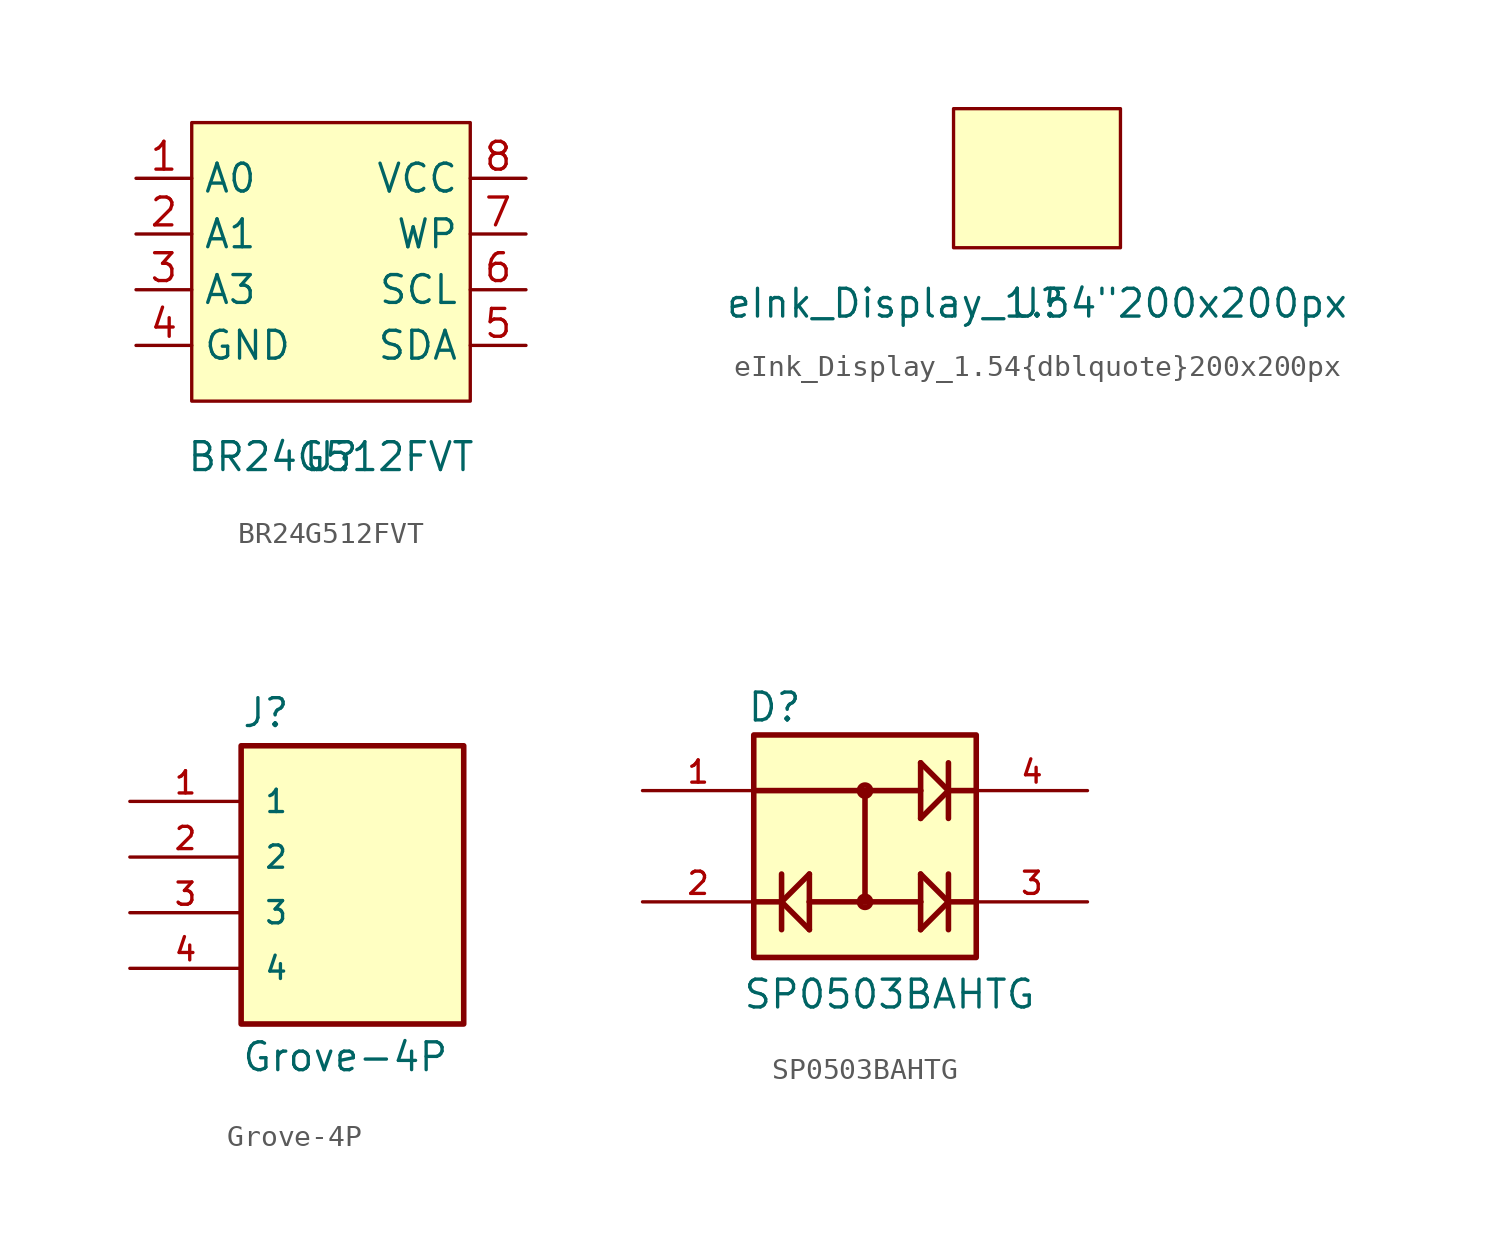
<source format=kicad_sym>
(kicad_symbol_lib
  (version 20211014)
  (generator kicad_symbol_editor)
  (symbol "BR24G512FVT"
    (property "Reference" "U"
      (at 0 0 0)
      (effects (font (size 1.27 1.27))))
    (property "Value" "BR24G512FVT"
      (at 0 0 0)
      (effects (font (size 1.27 1.27))))
    (symbol "BR24G512FVT_0_1"
      (rectangle (start -6.35 15.24) (end 6.35 2.54) (stroke (width 0) (type default) (color 0 0 0 0)) (fill (type background))))
    (symbol "BR24G512FVT_1_1"
      (pin input line (at -8.89 12.7 0) (length 2.54) (name "A0" (effects (font (size 1.27 1.27)))) (number "1" (effects (font (size 1.27 1.27)))))
      (pin input line (at -8.89 10.16 0) (length 2.54) (name "A1" (effects (font (size 1.27 1.27)))) (number "2" (effects (font (size 1.27 1.27)))))
      (pin input line (at -8.89 7.62 0) (length 2.54) (name "A3" (effects (font (size 1.27 1.27)))) (number "3" (effects (font (size 1.27 1.27)))))
      (pin power_in line (at -8.89 5.08 0) (length 2.54) (name "GND" (effects (font (size 1.27 1.27)))) (number "4" (effects (font (size 1.27 1.27)))))
      (pin input line (at 8.89 5.08 180) (length 2.54) (name "SDA" (effects (font (size 1.27 1.27)))) (number "5" (effects (font (size 1.27 1.27)))))
      (pin input line (at 8.89 7.62 180) (length 2.54) (name "SCL" (effects (font (size 1.27 1.27)))) (number "6" (effects (font (size 1.27 1.27)))))
      (pin input line (at 8.89 10.16 180) (length 2.54) (name "WP" (effects (font (size 1.27 1.27)))) (number "7" (effects (font (size 1.27 1.27)))))
      (pin power_in line (at 8.89 12.7 180) (length 2.54) (name "VCC" (effects (font (size 1.27 1.27)))) (number "8" (effects (font (size 1.27 1.27)))))))
  (symbol "eInk_Display_1.54{dblquote}200x200px"
    (property "Reference" "U"
      (at 0 0 0)
      (effects (font (size 1.27 1.27))))
    (property "Value" "eInk_Display_1.54{dblquote}200x200px"
      (at 0 0 0)
      (effects (font (size 1.27 1.27))))
    (symbol "eInk_Display_1.54{dblquote}200x200px_0_1"
      (rectangle (start -3.81 8.89) (end 3.81 2.54) (stroke (width 0) (type default) (color 0 0 0 0)) (fill (type background)))))
  (symbol "Grove-4P"
    (pin_names
      (offset 1.016))
    (property "Reference" "J"
      (at -5.08 5.842 0)
      (effects (font (size 1.27 1.27)) (justify left bottom)))
    (property "Value" "Grove-4P"
      (at -5.08 -8.382 0)
      (effects (font (size 1.27 1.27)) (justify left top)))
    (symbol "Grove-4P_0_0"
      (rectangle (start -5.08 -7.62) (end 5.08 5.08) (stroke (width 0.254) (type default) (color 0 0 0 0)) (fill (type background)))
      (pin bidirectional line (at -10.16 2.54 0) (length 5.08) (name "1" (effects (font (size 1.016 1.016)))) (number "1" (effects (font (size 1.016 1.016)))))
      (pin bidirectional line (at -10.16 0 0) (length 5.08) (name "2" (effects (font (size 1.016 1.016)))) (number "2" (effects (font (size 1.016 1.016)))))
      (pin power_in line (at -10.16 -2.54 0) (length 5.08) (name "3" (effects (font (size 1.016 1.016)))) (number "3" (effects (font (size 1.016 1.016)))))
      (pin power_in line (at -10.16 -5.08 0) (length 5.08) (name "4" (effects (font (size 1.016 1.016)))) (number "4" (effects (font (size 1.016 1.016)))))))
  (symbol "SP0503BAHTG"
    (pin_names
      (offset 1.016))
    (property "Reference" "D"
      (at -5.406 5.606 0)
      (effects (font (size 1.27 1.27)) (justify left bottom)))
    (property "Value" "SP0503BAHTG"
      (at -5.602 -7.503 0)
      (effects (font (size 1.27 1.27)) (justify left bottom)))
    (symbol "SP0503BAHTG_0_0"
      (rectangle (start -5.08 -5.08) (end 5.08 5.08) (stroke (width 0.254) (type default) (color 0 0 0 0)) (fill (type background)))
      (circle (center 0 -2.54) (radius 0.254) (stroke (width 0.254) (type default) (color 0 0 0 0)) (fill (type none)))
      (polyline (pts (xy -5.08 -2.54) (xy -3.81 -2.54)) (stroke (width 0.254) (type default) (color 0 0 0 0)) (fill (type none)))
      (polyline (pts (xy -5.08 2.54) (xy 0 2.54)) (stroke (width 0.254) (type default) (color 0 0 0 0)) (fill (type none)))
      (polyline (pts (xy -3.81 -2.54) (xy -3.81 -3.81)) (stroke (width 0.254) (type default) (color 0 0 0 0)) (fill (type none)))
      (polyline (pts (xy -3.81 -2.54) (xy -3.81 -1.27)) (stroke (width 0.254) (type default) (color 0 0 0 0)) (fill (type none)))
      (polyline (pts (xy -3.81 -2.54) (xy -2.54 -1.27)) (stroke (width 0.254) (type default) (color 0 0 0 0)) (fill (type none)))
      (polyline (pts (xy -2.54 -3.81) (xy -3.81 -2.54)) (stroke (width 0.254) (type default) (color 0 0 0 0)) (fill (type none)))
      (polyline (pts (xy -2.54 -2.54) (xy -2.54 -3.81)) (stroke (width 0.254) (type default) (color 0 0 0 0)) (fill (type none)))
      (polyline (pts (xy -2.54 -2.54) (xy 0 -2.54)) (stroke (width 0.254) (type default) (color 0 0 0 0)) (fill (type none)))
      (polyline (pts (xy -2.54 -1.27) (xy -2.54 -2.54)) (stroke (width 0.254) (type default) (color 0 0 0 0)) (fill (type none)))
      (polyline (pts (xy 0 -2.54) (xy 0 2.54)) (stroke (width 0.254) (type default) (color 0 0 0 0)) (fill (type none)))
      (polyline (pts (xy 0 -2.54) (xy 2.54 -2.54)) (stroke (width 0.254) (type default) (color 0 0 0 0)) (fill (type none)))
      (polyline (pts (xy 0 2.54) (xy 2.54 2.54)) (stroke (width 0.254) (type default) (color 0 0 0 0)) (fill (type none)))
      (polyline (pts (xy 2.54 -3.81) (xy 3.81 -2.54)) (stroke (width 0.254) (type default) (color 0 0 0 0)) (fill (type none)))
      (polyline (pts (xy 2.54 -2.54) (xy 2.54 -3.81)) (stroke (width 0.254) (type default) (color 0 0 0 0)) (fill (type none)))
      (polyline (pts (xy 2.54 -2.54) (xy 2.54 -1.27)) (stroke (width 0.254) (type default) (color 0 0 0 0)) (fill (type none)))
      (polyline (pts (xy 2.54 1.27) (xy 3.81 2.54)) (stroke (width 0.254) (type default) (color 0 0 0 0)) (fill (type none)))
      (polyline (pts (xy 2.54 2.54) (xy 2.54 1.27)) (stroke (width 0.254) (type default) (color 0 0 0 0)) (fill (type none)))
      (polyline (pts (xy 2.54 2.54) (xy 2.54 3.81)) (stroke (width 0.254) (type default) (color 0 0 0 0)) (fill (type none)))
      (polyline (pts (xy 3.81 -2.54) (xy 2.54 -1.27)) (stroke (width 0.254) (type default) (color 0 0 0 0)) (fill (type none)))
      (polyline (pts (xy 3.81 -2.54) (xy 3.81 -3.81)) (stroke (width 0.254) (type default) (color 0 0 0 0)) (fill (type none)))
      (polyline (pts (xy 3.81 -2.54) (xy 5.08 -2.54)) (stroke (width 0.254) (type default) (color 0 0 0 0)) (fill (type none)))
      (polyline (pts (xy 3.81 -1.27) (xy 3.81 -2.54)) (stroke (width 0.254) (type default) (color 0 0 0 0)) (fill (type none)))
      (polyline (pts (xy 3.81 2.54) (xy 2.54 3.81)) (stroke (width 0.254) (type default) (color 0 0 0 0)) (fill (type none)))
      (polyline (pts (xy 3.81 2.54) (xy 3.81 1.27)) (stroke (width 0.254) (type default) (color 0 0 0 0)) (fill (type none)))
      (polyline (pts (xy 3.81 2.54) (xy 5.08 2.54)) (stroke (width 0.254) (type default) (color 0 0 0 0)) (fill (type none)))
      (polyline (pts (xy 3.81 3.81) (xy 3.81 2.54)) (stroke (width 0.254) (type default) (color 0 0 0 0)) (fill (type none)))
      (circle (center 0 2.54) (radius 0.254) (stroke (width 0.254) (type default) (color 0 0 0 0)) (fill (type none)))
      (pin passive line (at -10.16 2.54 0) (length 5.08) (name "~" (effects (font (size 1.016 1.016)))) (number "1" (effects (font (size 1.016 1.016)))))
      (pin passive line (at -10.16 -2.54 0) (length 5.08) (name "~" (effects (font (size 1.016 1.016)))) (number "2" (effects (font (size 1.016 1.016)))))
      (pin passive line (at 10.16 -2.54 180) (length 5.08) (name "~" (effects (font (size 1.016 1.016)))) (number "3" (effects (font (size 1.016 1.016)))))
      (pin passive line (at 10.16 2.54 180) (length 5.08) (name "~" (effects (font (size 1.016 1.016)))) (number "4" (effects (font (size 1.016 1.016))))))))
</source>
